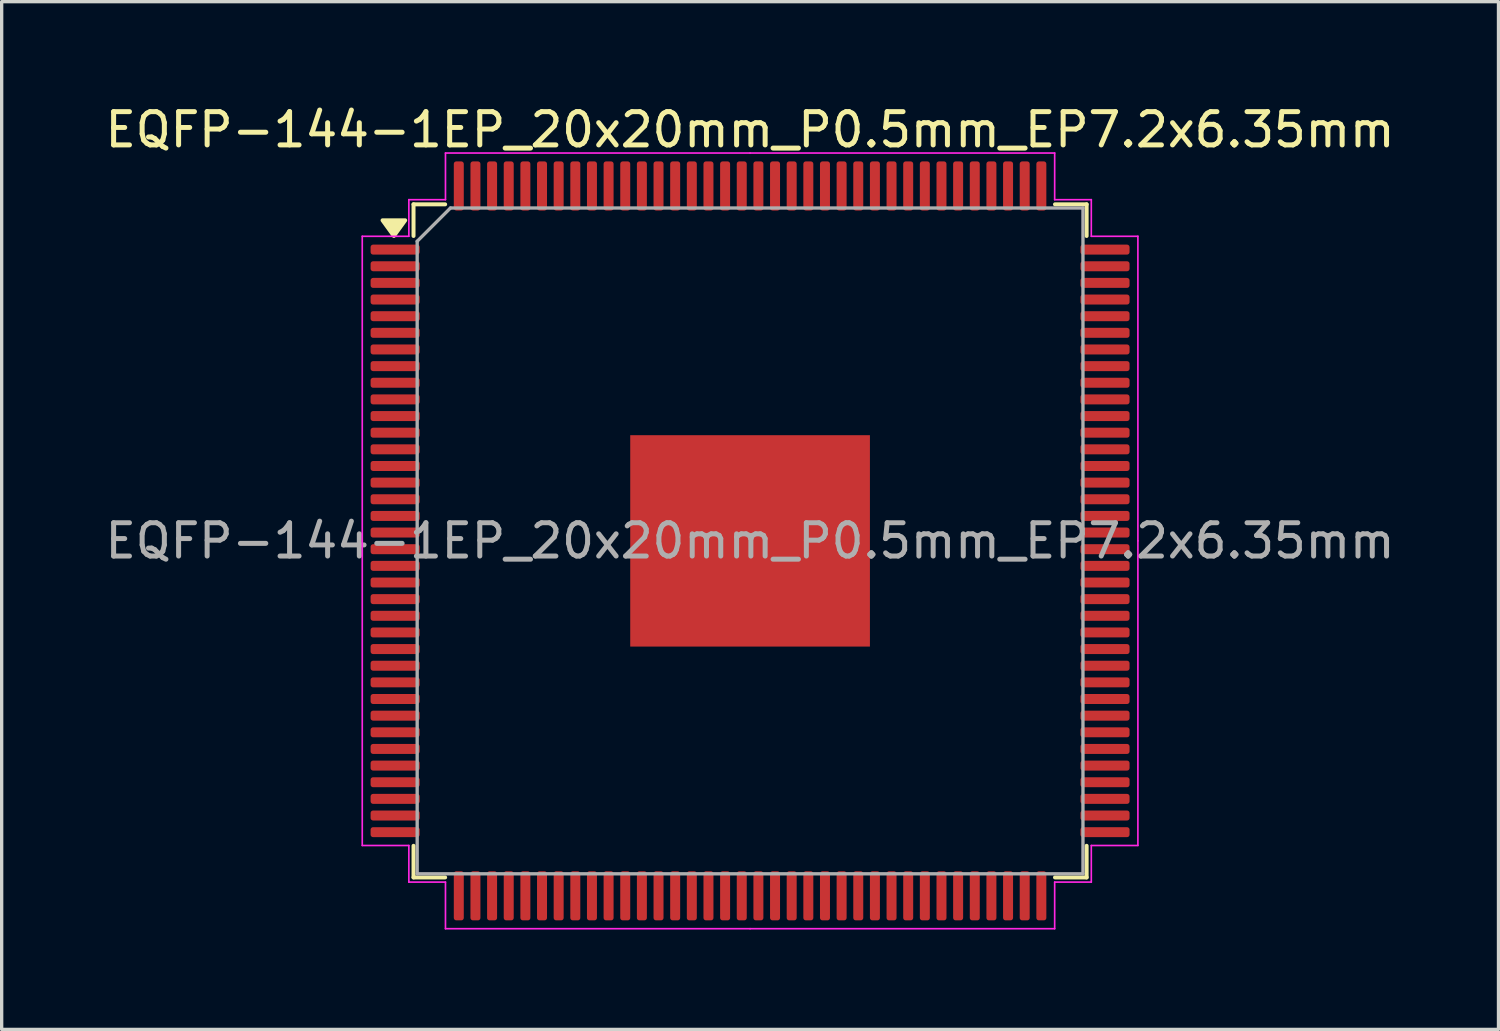
<source format=kicad_pcb>
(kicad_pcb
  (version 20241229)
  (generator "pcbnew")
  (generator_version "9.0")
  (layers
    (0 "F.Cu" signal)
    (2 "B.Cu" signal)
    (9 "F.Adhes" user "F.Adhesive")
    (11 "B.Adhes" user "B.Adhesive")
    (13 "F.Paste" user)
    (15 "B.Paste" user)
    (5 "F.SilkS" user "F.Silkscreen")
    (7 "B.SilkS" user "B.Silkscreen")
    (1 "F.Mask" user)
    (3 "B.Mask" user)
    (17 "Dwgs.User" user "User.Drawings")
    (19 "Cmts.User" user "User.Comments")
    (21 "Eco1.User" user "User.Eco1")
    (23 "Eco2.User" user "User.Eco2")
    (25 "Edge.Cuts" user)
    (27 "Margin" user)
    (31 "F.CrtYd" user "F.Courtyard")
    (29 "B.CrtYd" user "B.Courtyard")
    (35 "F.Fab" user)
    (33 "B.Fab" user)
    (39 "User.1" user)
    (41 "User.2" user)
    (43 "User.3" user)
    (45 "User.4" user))
  (footprint "EQFP-144-1EP_20x20mm_P0.5mm_EP7.2x6.35mm"
    (layer "F.Cu")
    (at 19.482 13.198)
    (property "Reference" "EQFP-144-1EP_20x20mm_P0.5mm_EP7.2x6.35mm" (at 0 -12.35 0) (layer "F.SilkS") (effects (font (size 1 1) (thickness 0.15))))
    (attr smd)
    (fp_line (start -10.11 -10.11) (end -10.11 -9.16) (stroke (width 0.12) (type solid)) (layer "F.SilkS"))
    (fp_line (start -10.11 10.11) (end -10.11 9.16) (stroke (width 0.12) (type solid)) (layer "F.SilkS"))
    (fp_line (start -9.16 -10.11) (end -10.11 -10.11) (stroke (width 0.12) (type solid)) (layer "F.SilkS"))
    (fp_line (start -9.16 10.11) (end -10.11 10.11) (stroke (width 0.12) (type solid)) (layer "F.SilkS"))
    (fp_line (start 9.16 -10.11) (end 10.11 -10.11) (stroke (width 0.12) (type solid)) (layer "F.SilkS"))
    (fp_line (start 9.16 10.11) (end 10.11 10.11) (stroke (width 0.12) (type solid)) (layer "F.SilkS"))
    (fp_line (start 10.11 -10.11) (end 10.11 -9.16) (stroke (width 0.12) (type solid)) (layer "F.SilkS"))
    (fp_line (start 10.11 10.11) (end 10.11 9.16) (stroke (width 0.12) (type solid)) (layer "F.SilkS"))
    (fp_poly (pts (xy -10.7 -9.16) (xy -11.04 -9.63) (xy -10.36 -9.63) (xy -10.7 -9.16)) (stroke (width 0.12) (type solid)) (fill yes) (layer "F.SilkS"))
    (fp_line (start -11.65 -9.15) (end -11.65 0) (stroke (width 0.05) (type solid)) (layer "F.CrtYd"))
    (fp_line (start -11.65 9.15) (end -11.65 0) (stroke (width 0.05) (type solid)) (layer "F.CrtYd"))
    (fp_line (start -10.25 -10.25) (end -10.25 -9.15) (stroke (width 0.05) (type solid)) (layer "F.CrtYd"))
    (fp_line (start -10.25 -9.15) (end -11.65 -9.15) (stroke (width 0.05) (type solid)) (layer "F.CrtYd"))
    (fp_line (start -10.25 9.15) (end -11.65 9.15) (stroke (width 0.05) (type solid)) (layer "F.CrtYd"))
    (fp_line (start -10.25 10.25) (end -10.25 9.15) (stroke (width 0.05) (type solid)) (layer "F.CrtYd"))
    (fp_line (start -9.15 -11.65) (end -9.15 -10.25) (stroke (width 0.05) (type solid)) (layer "F.CrtYd"))
    (fp_line (start -9.15 -10.25) (end -10.25 -10.25) (stroke (width 0.05) (type solid)) (layer "F.CrtYd"))
    (fp_line (start -9.15 10.25) (end -10.25 10.25) (stroke (width 0.05) (type solid)) (layer "F.CrtYd"))
    (fp_line (start -9.15 11.65) (end -9.15 10.25) (stroke (width 0.05) (type solid)) (layer "F.CrtYd"))
    (fp_line (start 0 -11.65) (end -9.15 -11.65) (stroke (width 0.05) (type solid)) (layer "F.CrtYd"))
    (fp_line (start 0 -11.65) (end 9.15 -11.65) (stroke (width 0.05) (type solid)) (layer "F.CrtYd"))
    (fp_line (start 0 11.65) (end -9.15 11.65) (stroke (width 0.05) (type solid)) (layer "F.CrtYd"))
    (fp_line (start 0 11.65) (end 9.15 11.65) (stroke (width 0.05) (type solid)) (layer "F.CrtYd"))
    (fp_line (start 9.15 -11.65) (end 9.15 -10.25) (stroke (width 0.05) (type solid)) (layer "F.CrtYd"))
    (fp_line (start 9.15 -10.25) (end 10.25 -10.25) (stroke (width 0.05) (type solid)) (layer "F.CrtYd"))
    (fp_line (start 9.15 10.25) (end 10.25 10.25) (stroke (width 0.05) (type solid)) (layer "F.CrtYd"))
    (fp_line (start 9.15 11.65) (end 9.15 10.25) (stroke (width 0.05) (type solid)) (layer "F.CrtYd"))
    (fp_line (start 10.25 -10.25) (end 10.25 -9.15) (stroke (width 0.05) (type solid)) (layer "F.CrtYd"))
    (fp_line (start 10.25 -9.15) (end 11.65 -9.15) (stroke (width 0.05) (type solid)) (layer "F.CrtYd"))
    (fp_line (start 10.25 9.15) (end 11.65 9.15) (stroke (width 0.05) (type solid)) (layer "F.CrtYd"))
    (fp_line (start 10.25 10.25) (end 10.25 9.15) (stroke (width 0.05) (type solid)) (layer "F.CrtYd"))
    (fp_line (start 11.65 -9.15) (end 11.65 0) (stroke (width 0.05) (type solid)) (layer "F.CrtYd"))
    (fp_line (start 11.65 9.15) (end 11.65 0) (stroke (width 0.05) (type solid)) (layer "F.CrtYd"))
    (fp_line (start -10 -9) (end -9 -10) (stroke (width 0.1) (type solid)) (layer "F.Fab"))
    (fp_line (start -10 10) (end -10 -9) (stroke (width 0.1) (type solid)) (layer "F.Fab"))
    (fp_line (start -9 -10) (end 10 -10) (stroke (width 0.1) (type solid)) (layer "F.Fab"))
    (fp_line (start 10 -10) (end 10 10) (stroke (width 0.1) (type solid)) (layer "F.Fab"))
    (fp_line (start 10 10) (end -10 10) (stroke (width 0.1) (type solid)) (layer "F.Fab"))
    (fp_text user "${REFERENCE}" (at 0 0 0) (layer "F.Fab") (effects (font (size 1 1) (thickness 0.15))))
    (pad "" smd roundrect (at -3 -2.54) (size 0.97 1.02) (layers "F.Paste") (roundrect_rratio 0.25))
    (pad "" smd roundrect (at -3 -1.27) (size 0.97 1.02) (layers "F.Paste") (roundrect_rratio 0.25))
    (pad "" smd roundrect (at -3 0) (size 0.97 1.02) (layers "F.Paste") (roundrect_rratio 0.25))
    (pad "" smd roundrect (at -3 1.27) (size 0.97 1.02) (layers "F.Paste") (roundrect_rratio 0.25))
    (pad "" smd roundrect (at -3 2.54) (size 0.97 1.02) (layers "F.Paste") (roundrect_rratio 0.25))
    (pad "" smd roundrect (at -1.8 -2.54) (size 0.97 1.02) (layers "F.Paste") (roundrect_rratio 0.25))
    (pad "" smd roundrect (at -1.8 -1.27) (size 0.97 1.02) (layers "F.Paste") (roundrect_rratio 0.25))
    (pad "" smd roundrect (at -1.8 0) (size 0.97 1.02) (layers "F.Paste") (roundrect_rratio 0.25))
    (pad "" smd roundrect (at -1.8 1.27) (size 0.97 1.02) (layers "F.Paste") (roundrect_rratio 0.25))
    (pad "" smd roundrect (at -1.8 2.54) (size 0.97 1.02) (layers "F.Paste") (roundrect_rratio 0.25))
    (pad "" smd roundrect (at -0.6 -2.54) (size 0.97 1.02) (layers "F.Paste") (roundrect_rratio 0.25))
    (pad "" smd roundrect (at -0.6 -1.27) (size 0.97 1.02) (layers "F.Paste") (roundrect_rratio 0.25))
    (pad "" smd roundrect (at -0.6 0) (size 0.97 1.02) (layers "F.Paste") (roundrect_rratio 0.25))
    (pad "" smd roundrect (at -0.6 1.27) (size 0.97 1.02) (layers "F.Paste") (roundrect_rratio 0.25))
    (pad "" smd roundrect (at -0.6 2.54) (size 0.97 1.02) (layers "F.Paste") (roundrect_rratio 0.25))
    (pad "" smd roundrect (at 0.6 -2.54) (size 0.97 1.02) (layers "F.Paste") (roundrect_rratio 0.25))
    (pad "" smd roundrect (at 0.6 -1.27) (size 0.97 1.02) (layers "F.Paste") (roundrect_rratio 0.25))
    (pad "" smd roundrect (at 0.6 0) (size 0.97 1.02) (layers "F.Paste") (roundrect_rratio 0.25))
    (pad "" smd roundrect (at 0.6 1.27) (size 0.97 1.02) (layers "F.Paste") (roundrect_rratio 0.25))
    (pad "" smd roundrect (at 0.6 2.54) (size 0.97 1.02) (layers "F.Paste") (roundrect_rratio 0.25))
    (pad "" smd roundrect (at 1.8 -2.54) (size 0.97 1.02) (layers "F.Paste") (roundrect_rratio 0.25))
    (pad "" smd roundrect (at 1.8 -1.27) (size 0.97 1.02) (layers "F.Paste") (roundrect_rratio 0.25))
    (pad "" smd roundrect (at 1.8 0) (size 0.97 1.02) (layers "F.Paste") (roundrect_rratio 0.25))
    (pad "" smd roundrect (at 1.8 1.27) (size 0.97 1.02) (layers "F.Paste") (roundrect_rratio 0.25))
    (pad "" smd roundrect (at 1.8 2.54) (size 0.97 1.02) (layers "F.Paste") (roundrect_rratio 0.25))
    (pad "" smd roundrect (at 3 -2.54) (size 0.97 1.02) (layers "F.Paste") (roundrect_rratio 0.25))
    (pad "" smd roundrect (at 3 -1.27) (size 0.97 1.02) (layers "F.Paste") (roundrect_rratio 0.25))
    (pad "" smd roundrect (at 3 0) (size 0.97 1.02) (layers "F.Paste") (roundrect_rratio 0.25))
    (pad "" smd roundrect (at 3 1.27) (size 0.97 1.02) (layers "F.Paste") (roundrect_rratio 0.25))
    (pad "" smd roundrect (at 3 2.54) (size 0.97 1.02) (layers "F.Paste") (roundrect_rratio 0.25))
    (pad "1" smd roundrect (at -10.662 -8.75) (size 1.475 0.3) (layers "F.Cu" "F.Mask" "F.Paste") (roundrect_rratio 0.25))
    (pad "2" smd roundrect (at -10.662 -8.25) (size 1.475 0.3) (layers "F.Cu" "F.Mask" "F.Paste") (roundrect_rratio 0.25))
    (pad "3" smd roundrect (at -10.662 -7.75) (size 1.475 0.3) (layers "F.Cu" "F.Mask" "F.Paste") (roundrect_rratio 0.25))
    (pad "4" smd roundrect (at -10.662 -7.25) (size 1.475 0.3) (layers "F.Cu" "F.Mask" "F.Paste") (roundrect_rratio 0.25))
    (pad "5" smd roundrect (at -10.662 -6.75) (size 1.475 0.3) (layers "F.Cu" "F.Mask" "F.Paste") (roundrect_rratio 0.25))
    (pad "6" smd roundrect (at -10.662 -6.25) (size 1.475 0.3) (layers "F.Cu" "F.Mask" "F.Paste") (roundrect_rratio 0.25))
    (pad "7" smd roundrect (at -10.662 -5.75) (size 1.475 0.3) (layers "F.Cu" "F.Mask" "F.Paste") (roundrect_rratio 0.25))
    (pad "8" smd roundrect (at -10.662 -5.25) (size 1.475 0.3) (layers "F.Cu" "F.Mask" "F.Paste") (roundrect_rratio 0.25))
    (pad "9" smd roundrect (at -10.662 -4.75) (size 1.475 0.3) (layers "F.Cu" "F.Mask" "F.Paste") (roundrect_rratio 0.25))
    (pad "10" smd roundrect (at -10.662 -4.25) (size 1.475 0.3) (layers "F.Cu" "F.Mask" "F.Paste") (roundrect_rratio 0.25))
    (pad "11" smd roundrect (at -10.662 -3.75) (size 1.475 0.3) (layers "F.Cu" "F.Mask" "F.Paste") (roundrect_rratio 0.25))
    (pad "12" smd roundrect (at -10.662 -3.25) (size 1.475 0.3) (layers "F.Cu" "F.Mask" "F.Paste") (roundrect_rratio 0.25))
    (pad "13" smd roundrect (at -10.662 -2.75) (size 1.475 0.3) (layers "F.Cu" "F.Mask" "F.Paste") (roundrect_rratio 0.25))
    (pad "14" smd roundrect (at -10.662 -2.25) (size 1.475 0.3) (layers "F.Cu" "F.Mask" "F.Paste") (roundrect_rratio 0.25))
    (pad "15" smd roundrect (at -10.662 -1.75) (size 1.475 0.3) (layers "F.Cu" "F.Mask" "F.Paste") (roundrect_rratio 0.25))
    (pad "16" smd roundrect (at -10.662 -1.25) (size 1.475 0.3) (layers "F.Cu" "F.Mask" "F.Paste") (roundrect_rratio 0.25))
    (pad "17" smd roundrect (at -10.662 -0.75) (size 1.475 0.3) (layers "F.Cu" "F.Mask" "F.Paste") (roundrect_rratio 0.25))
    (pad "18" smd roundrect (at -10.662 -0.25) (size 1.475 0.3) (layers "F.Cu" "F.Mask" "F.Paste") (roundrect_rratio 0.25))
    (pad "19" smd roundrect (at -10.662 0.25) (size 1.475 0.3) (layers "F.Cu" "F.Mask" "F.Paste") (roundrect_rratio 0.25))
    (pad "20" smd roundrect (at -10.662 0.75) (size 1.475 0.3) (layers "F.Cu" "F.Mask" "F.Paste") (roundrect_rratio 0.25))
    (pad "21" smd roundrect (at -10.662 1.25) (size 1.475 0.3) (layers "F.Cu" "F.Mask" "F.Paste") (roundrect_rratio 0.25))
    (pad "22" smd roundrect (at -10.662 1.75) (size 1.475 0.3) (layers "F.Cu" "F.Mask" "F.Paste") (roundrect_rratio 0.25))
    (pad "23" smd roundrect (at -10.662 2.25) (size 1.475 0.3) (layers "F.Cu" "F.Mask" "F.Paste") (roundrect_rratio 0.25))
    (pad "24" smd roundrect (at -10.662 2.75) (size 1.475 0.3) (layers "F.Cu" "F.Mask" "F.Paste") (roundrect_rratio 0.25))
    (pad "25" smd roundrect (at -10.662 3.25) (size 1.475 0.3) (layers "F.Cu" "F.Mask" "F.Paste") (roundrect_rratio 0.25))
    (pad "26" smd roundrect (at -10.662 3.75) (size 1.475 0.3) (layers "F.Cu" "F.Mask" "F.Paste") (roundrect_rratio 0.25))
    (pad "27" smd roundrect (at -10.662 4.25) (size 1.475 0.3) (layers "F.Cu" "F.Mask" "F.Paste") (roundrect_rratio 0.25))
    (pad "28" smd roundrect (at -10.662 4.75) (size 1.475 0.3) (layers "F.Cu" "F.Mask" "F.Paste") (roundrect_rratio 0.25))
    (pad "29" smd roundrect (at -10.662 5.25) (size 1.475 0.3) (layers "F.Cu" "F.Mask" "F.Paste") (roundrect_rratio 0.25))
    (pad "30" smd roundrect (at -10.662 5.75) (size 1.475 0.3) (layers "F.Cu" "F.Mask" "F.Paste") (roundrect_rratio 0.25))
    (pad "31" smd roundrect (at -10.662 6.25) (size 1.475 0.3) (layers "F.Cu" "F.Mask" "F.Paste") (roundrect_rratio 0.25))
    (pad "32" smd roundrect (at -10.662 6.75) (size 1.475 0.3) (layers "F.Cu" "F.Mask" "F.Paste") (roundrect_rratio 0.25))
    (pad "33" smd roundrect (at -10.662 7.25) (size 1.475 0.3) (layers "F.Cu" "F.Mask" "F.Paste") (roundrect_rratio 0.25))
    (pad "34" smd roundrect (at -10.662 7.75) (size 1.475 0.3) (layers "F.Cu" "F.Mask" "F.Paste") (roundrect_rratio 0.25))
    (pad "35" smd roundrect (at -10.662 8.25) (size 1.475 0.3) (layers "F.Cu" "F.Mask" "F.Paste") (roundrect_rratio 0.25))
    (pad "36" smd roundrect (at -10.662 8.75) (size 1.475 0.3) (layers "F.Cu" "F.Mask" "F.Paste") (roundrect_rratio 0.25))
    (pad "37" smd roundrect (at -8.75 10.662) (size 0.3 1.475) (layers "F.Cu" "F.Mask" "F.Paste") (roundrect_rratio 0.25))
    (pad "38" smd roundrect (at -8.25 10.662) (size 0.3 1.475) (layers "F.Cu" "F.Mask" "F.Paste") (roundrect_rratio 0.25))
    (pad "39" smd roundrect (at -7.75 10.662) (size 0.3 1.475) (layers "F.Cu" "F.Mask" "F.Paste") (roundrect_rratio 0.25))
    (pad "40" smd roundrect (at -7.25 10.662) (size 0.3 1.475) (layers "F.Cu" "F.Mask" "F.Paste") (roundrect_rratio 0.25))
    (pad "41" smd roundrect (at -6.75 10.662) (size 0.3 1.475) (layers "F.Cu" "F.Mask" "F.Paste") (roundrect_rratio 0.25))
    (pad "42" smd roundrect (at -6.25 10.662) (size 0.3 1.475) (layers "F.Cu" "F.Mask" "F.Paste") (roundrect_rratio 0.25))
    (pad "43" smd roundrect (at -5.75 10.662) (size 0.3 1.475) (layers "F.Cu" "F.Mask" "F.Paste") (roundrect_rratio 0.25))
    (pad "44" smd roundrect (at -5.25 10.662) (size 0.3 1.475) (layers "F.Cu" "F.Mask" "F.Paste") (roundrect_rratio 0.25))
    (pad "45" smd roundrect (at -4.75 10.662) (size 0.3 1.475) (layers "F.Cu" "F.Mask" "F.Paste") (roundrect_rratio 0.25))
    (pad "46" smd roundrect (at -4.25 10.662) (size 0.3 1.475) (layers "F.Cu" "F.Mask" "F.Paste") (roundrect_rratio 0.25))
    (pad "47" smd roundrect (at -3.75 10.662) (size 0.3 1.475) (layers "F.Cu" "F.Mask" "F.Paste") (roundrect_rratio 0.25))
    (pad "48" smd roundrect (at -3.25 10.662) (size 0.3 1.475) (layers "F.Cu" "F.Mask" "F.Paste") (roundrect_rratio 0.25))
    (pad "49" smd roundrect (at -2.75 10.662) (size 0.3 1.475) (layers "F.Cu" "F.Mask" "F.Paste") (roundrect_rratio 0.25))
    (pad "50" smd roundrect (at -2.25 10.662) (size 0.3 1.475) (layers "F.Cu" "F.Mask" "F.Paste") (roundrect_rratio 0.25))
    (pad "51" smd roundrect (at -1.75 10.662) (size 0.3 1.475) (layers "F.Cu" "F.Mask" "F.Paste") (roundrect_rratio 0.25))
    (pad "52" smd roundrect (at -1.25 10.662) (size 0.3 1.475) (layers "F.Cu" "F.Mask" "F.Paste") (roundrect_rratio 0.25))
    (pad "53" smd roundrect (at -0.75 10.662) (size 0.3 1.475) (layers "F.Cu" "F.Mask" "F.Paste") (roundrect_rratio 0.25))
    (pad "54" smd roundrect (at -0.25 10.662) (size 0.3 1.475) (layers "F.Cu" "F.Mask" "F.Paste") (roundrect_rratio 0.25))
    (pad "55" smd roundrect (at 0.25 10.662) (size 0.3 1.475) (layers "F.Cu" "F.Mask" "F.Paste") (roundrect_rratio 0.25))
    (pad "56" smd roundrect (at 0.75 10.662) (size 0.3 1.475) (layers "F.Cu" "F.Mask" "F.Paste") (roundrect_rratio 0.25))
    (pad "57" smd roundrect (at 1.25 10.662) (size 0.3 1.475) (layers "F.Cu" "F.Mask" "F.Paste") (roundrect_rratio 0.25))
    (pad "58" smd roundrect (at 1.75 10.662) (size 0.3 1.475) (layers "F.Cu" "F.Mask" "F.Paste") (roundrect_rratio 0.25))
    (pad "59" smd roundrect (at 2.25 10.662) (size 0.3 1.475) (layers "F.Cu" "F.Mask" "F.Paste") (roundrect_rratio 0.25))
    (pad "60" smd roundrect (at 2.75 10.662) (size 0.3 1.475) (layers "F.Cu" "F.Mask" "F.Paste") (roundrect_rratio 0.25))
    (pad "61" smd roundrect (at 3.25 10.662) (size 0.3 1.475) (layers "F.Cu" "F.Mask" "F.Paste") (roundrect_rratio 0.25))
    (pad "62" smd roundrect (at 3.75 10.662) (size 0.3 1.475) (layers "F.Cu" "F.Mask" "F.Paste") (roundrect_rratio 0.25))
    (pad "63" smd roundrect (at 4.25 10.662) (size 0.3 1.475) (layers "F.Cu" "F.Mask" "F.Paste") (roundrect_rratio 0.25))
    (pad "64" smd roundrect (at 4.75 10.662) (size 0.3 1.475) (layers "F.Cu" "F.Mask" "F.Paste") (roundrect_rratio 0.25))
    (pad "65" smd roundrect (at 5.25 10.662) (size 0.3 1.475) (layers "F.Cu" "F.Mask" "F.Paste") (roundrect_rratio 0.25))
    (pad "66" smd roundrect (at 5.75 10.662) (size 0.3 1.475) (layers "F.Cu" "F.Mask" "F.Paste") (roundrect_rratio 0.25))
    (pad "67" smd roundrect (at 6.25 10.662) (size 0.3 1.475) (layers "F.Cu" "F.Mask" "F.Paste") (roundrect_rratio 0.25))
    (pad "68" smd roundrect (at 6.75 10.662) (size 0.3 1.475) (layers "F.Cu" "F.Mask" "F.Paste") (roundrect_rratio 0.25))
    (pad "69" smd roundrect (at 7.25 10.662) (size 0.3 1.475) (layers "F.Cu" "F.Mask" "F.Paste") (roundrect_rratio 0.25))
    (pad "70" smd roundrect (at 7.75 10.662) (size 0.3 1.475) (layers "F.Cu" "F.Mask" "F.Paste") (roundrect_rratio 0.25))
    (pad "71" smd roundrect (at 8.25 10.662) (size 0.3 1.475) (layers "F.Cu" "F.Mask" "F.Paste") (roundrect_rratio 0.25))
    (pad "72" smd roundrect (at 8.75 10.662) (size 0.3 1.475) (layers "F.Cu" "F.Mask" "F.Paste") (roundrect_rratio 0.25))
    (pad "73" smd roundrect (at 10.662 8.75) (size 1.475 0.3) (layers "F.Cu" "F.Mask" "F.Paste") (roundrect_rratio 0.25))
    (pad "74" smd roundrect (at 10.662 8.25) (size 1.475 0.3) (layers "F.Cu" "F.Mask" "F.Paste") (roundrect_rratio 0.25))
    (pad "75" smd roundrect (at 10.662 7.75) (size 1.475 0.3) (layers "F.Cu" "F.Mask" "F.Paste") (roundrect_rratio 0.25))
    (pad "76" smd roundrect (at 10.662 7.25) (size 1.475 0.3) (layers "F.Cu" "F.Mask" "F.Paste") (roundrect_rratio 0.25))
    (pad "77" smd roundrect (at 10.662 6.75) (size 1.475 0.3) (layers "F.Cu" "F.Mask" "F.Paste") (roundrect_rratio 0.25))
    (pad "78" smd roundrect (at 10.662 6.25) (size 1.475 0.3) (layers "F.Cu" "F.Mask" "F.Paste") (roundrect_rratio 0.25))
    (pad "79" smd roundrect (at 10.662 5.75) (size 1.475 0.3) (layers "F.Cu" "F.Mask" "F.Paste") (roundrect_rratio 0.25))
    (pad "80" smd roundrect (at 10.662 5.25) (size 1.475 0.3) (layers "F.Cu" "F.Mask" "F.Paste") (roundrect_rratio 0.25))
    (pad "81" smd roundrect (at 10.662 4.75) (size 1.475 0.3) (layers "F.Cu" "F.Mask" "F.Paste") (roundrect_rratio 0.25))
    (pad "82" smd roundrect (at 10.662 4.25) (size 1.475 0.3) (layers "F.Cu" "F.Mask" "F.Paste") (roundrect_rratio 0.25))
    (pad "83" smd roundrect (at 10.662 3.75) (size 1.475 0.3) (layers "F.Cu" "F.Mask" "F.Paste") (roundrect_rratio 0.25))
    (pad "84" smd roundrect (at 10.662 3.25) (size 1.475 0.3) (layers "F.Cu" "F.Mask" "F.Paste") (roundrect_rratio 0.25))
    (pad "85" smd roundrect (at 10.662 2.75) (size 1.475 0.3) (layers "F.Cu" "F.Mask" "F.Paste") (roundrect_rratio 0.25))
    (pad "86" smd roundrect (at 10.662 2.25) (size 1.475 0.3) (layers "F.Cu" "F.Mask" "F.Paste") (roundrect_rratio 0.25))
    (pad "87" smd roundrect (at 10.662 1.75) (size 1.475 0.3) (layers "F.Cu" "F.Mask" "F.Paste") (roundrect_rratio 0.25))
    (pad "88" smd roundrect (at 10.662 1.25) (size 1.475 0.3) (layers "F.Cu" "F.Mask" "F.Paste") (roundrect_rratio 0.25))
    (pad "89" smd roundrect (at 10.662 0.75) (size 1.475 0.3) (layers "F.Cu" "F.Mask" "F.Paste") (roundrect_rratio 0.25))
    (pad "90" smd roundrect (at 10.662 0.25) (size 1.475 0.3) (layers "F.Cu" "F.Mask" "F.Paste") (roundrect_rratio 0.25))
    (pad "91" smd roundrect (at 10.662 -0.25) (size 1.475 0.3) (layers "F.Cu" "F.Mask" "F.Paste") (roundrect_rratio 0.25))
    (pad "92" smd roundrect (at 10.662 -0.75) (size 1.475 0.3) (layers "F.Cu" "F.Mask" "F.Paste") (roundrect_rratio 0.25))
    (pad "93" smd roundrect (at 10.662 -1.25) (size 1.475 0.3) (layers "F.Cu" "F.Mask" "F.Paste") (roundrect_rratio 0.25))
    (pad "94" smd roundrect (at 10.662 -1.75) (size 1.475 0.3) (layers "F.Cu" "F.Mask" "F.Paste") (roundrect_rratio 0.25))
    (pad "95" smd roundrect (at 10.662 -2.25) (size 1.475 0.3) (layers "F.Cu" "F.Mask" "F.Paste") (roundrect_rratio 0.25))
    (pad "96" smd roundrect (at 10.662 -2.75) (size 1.475 0.3) (layers "F.Cu" "F.Mask" "F.Paste") (roundrect_rratio 0.25))
    (pad "97" smd roundrect (at 10.662 -3.25) (size 1.475 0.3) (layers "F.Cu" "F.Mask" "F.Paste") (roundrect_rratio 0.25))
    (pad "98" smd roundrect (at 10.662 -3.75) (size 1.475 0.3) (layers "F.Cu" "F.Mask" "F.Paste") (roundrect_rratio 0.25))
    (pad "99" smd roundrect (at 10.662 -4.25) (size 1.475 0.3) (layers "F.Cu" "F.Mask" "F.Paste") (roundrect_rratio 0.25))
    (pad "100" smd roundrect (at 10.662 -4.75) (size 1.475 0.3) (layers "F.Cu" "F.Mask" "F.Paste") (roundrect_rratio 0.25))
    (pad "101" smd roundrect (at 10.662 -5.25) (size 1.475 0.3) (layers "F.Cu" "F.Mask" "F.Paste") (roundrect_rratio 0.25))
    (pad "102" smd roundrect (at 10.662 -5.75) (size 1.475 0.3) (layers "F.Cu" "F.Mask" "F.Paste") (roundrect_rratio 0.25))
    (pad "103" smd roundrect (at 10.662 -6.25) (size 1.475 0.3) (layers "F.Cu" "F.Mask" "F.Paste") (roundrect_rratio 0.25))
    (pad "104" smd roundrect (at 10.662 -6.75) (size 1.475 0.3) (layers "F.Cu" "F.Mask" "F.Paste") (roundrect_rratio 0.25))
    (pad "105" smd roundrect (at 10.662 -7.25) (size 1.475 0.3) (layers "F.Cu" "F.Mask" "F.Paste") (roundrect_rratio 0.25))
    (pad "106" smd roundrect (at 10.662 -7.75) (size 1.475 0.3) (layers "F.Cu" "F.Mask" "F.Paste") (roundrect_rratio 0.25))
    (pad "107" smd roundrect (at 10.662 -8.25) (size 1.475 0.3) (layers "F.Cu" "F.Mask" "F.Paste") (roundrect_rratio 0.25))
    (pad "108" smd roundrect (at 10.662 -8.75) (size 1.475 0.3) (layers "F.Cu" "F.Mask" "F.Paste") (roundrect_rratio 0.25))
    (pad "109" smd roundrect (at 8.75 -10.662) (size 0.3 1.475) (layers "F.Cu" "F.Mask" "F.Paste") (roundrect_rratio 0.25))
    (pad "110" smd roundrect (at 8.25 -10.662) (size 0.3 1.475) (layers "F.Cu" "F.Mask" "F.Paste") (roundrect_rratio 0.25))
    (pad "111" smd roundrect (at 7.75 -10.662) (size 0.3 1.475) (layers "F.Cu" "F.Mask" "F.Paste") (roundrect_rratio 0.25))
    (pad "112" smd roundrect (at 7.25 -10.662) (size 0.3 1.475) (layers "F.Cu" "F.Mask" "F.Paste") (roundrect_rratio 0.25))
    (pad "113" smd roundrect (at 6.75 -10.662) (size 0.3 1.475) (layers "F.Cu" "F.Mask" "F.Paste") (roundrect_rratio 0.25))
    (pad "114" smd roundrect (at 6.25 -10.662) (size 0.3 1.475) (layers "F.Cu" "F.Mask" "F.Paste") (roundrect_rratio 0.25))
    (pad "115" smd roundrect (at 5.75 -10.662) (size 0.3 1.475) (layers "F.Cu" "F.Mask" "F.Paste") (roundrect_rratio 0.25))
    (pad "116" smd roundrect (at 5.25 -10.662) (size 0.3 1.475) (layers "F.Cu" "F.Mask" "F.Paste") (roundrect_rratio 0.25))
    (pad "117" smd roundrect (at 4.75 -10.662) (size 0.3 1.475) (layers "F.Cu" "F.Mask" "F.Paste") (roundrect_rratio 0.25))
    (pad "118" smd roundrect (at 4.25 -10.662) (size 0.3 1.475) (layers "F.Cu" "F.Mask" "F.Paste") (roundrect_rratio 0.25))
    (pad "119" smd roundrect (at 3.75 -10.662) (size 0.3 1.475) (layers "F.Cu" "F.Mask" "F.Paste") (roundrect_rratio 0.25))
    (pad "120" smd roundrect (at 3.25 -10.662) (size 0.3 1.475) (layers "F.Cu" "F.Mask" "F.Paste") (roundrect_rratio 0.25))
    (pad "121" smd roundrect (at 2.75 -10.662) (size 0.3 1.475) (layers "F.Cu" "F.Mask" "F.Paste") (roundrect_rratio 0.25))
    (pad "122" smd roundrect (at 2.25 -10.662) (size 0.3 1.475) (layers "F.Cu" "F.Mask" "F.Paste") (roundrect_rratio 0.25))
    (pad "123" smd roundrect (at 1.75 -10.662) (size 0.3 1.475) (layers "F.Cu" "F.Mask" "F.Paste") (roundrect_rratio 0.25))
    (pad "124" smd roundrect (at 1.25 -10.662) (size 0.3 1.475) (layers "F.Cu" "F.Mask" "F.Paste") (roundrect_rratio 0.25))
    (pad "125" smd roundrect (at 0.75 -10.662) (size 0.3 1.475) (layers "F.Cu" "F.Mask" "F.Paste") (roundrect_rratio 0.25))
    (pad "126" smd roundrect (at 0.25 -10.662) (size 0.3 1.475) (layers "F.Cu" "F.Mask" "F.Paste") (roundrect_rratio 0.25))
    (pad "127" smd roundrect (at -0.25 -10.662) (size 0.3 1.475) (layers "F.Cu" "F.Mask" "F.Paste") (roundrect_rratio 0.25))
    (pad "128" smd roundrect (at -0.75 -10.662) (size 0.3 1.475) (layers "F.Cu" "F.Mask" "F.Paste") (roundrect_rratio 0.25))
    (pad "129" smd roundrect (at -1.25 -10.662) (size 0.3 1.475) (layers "F.Cu" "F.Mask" "F.Paste") (roundrect_rratio 0.25))
    (pad "130" smd roundrect (at -1.75 -10.662) (size 0.3 1.475) (layers "F.Cu" "F.Mask" "F.Paste") (roundrect_rratio 0.25))
    (pad "131" smd roundrect (at -2.25 -10.662) (size 0.3 1.475) (layers "F.Cu" "F.Mask" "F.Paste") (roundrect_rratio 0.25))
    (pad "132" smd roundrect (at -2.75 -10.662) (size 0.3 1.475) (layers "F.Cu" "F.Mask" "F.Paste") (roundrect_rratio 0.25))
    (pad "133" smd roundrect (at -3.25 -10.662) (size 0.3 1.475) (layers "F.Cu" "F.Mask" "F.Paste") (roundrect_rratio 0.25))
    (pad "134" smd roundrect (at -3.75 -10.662) (size 0.3 1.475) (layers "F.Cu" "F.Mask" "F.Paste") (roundrect_rratio 0.25))
    (pad "135" smd roundrect (at -4.25 -10.662) (size 0.3 1.475) (layers "F.Cu" "F.Mask" "F.Paste") (roundrect_rratio 0.25))
    (pad "136" smd roundrect (at -4.75 -10.662) (size 0.3 1.475) (layers "F.Cu" "F.Mask" "F.Paste") (roundrect_rratio 0.25))
    (pad "137" smd roundrect (at -5.25 -10.662) (size 0.3 1.475) (layers "F.Cu" "F.Mask" "F.Paste") (roundrect_rratio 0.25))
    (pad "138" smd roundrect (at -5.75 -10.662) (size 0.3 1.475) (layers "F.Cu" "F.Mask" "F.Paste") (roundrect_rratio 0.25))
    (pad "139" smd roundrect (at -6.25 -10.662) (size 0.3 1.475) (layers "F.Cu" "F.Mask" "F.Paste") (roundrect_rratio 0.25))
    (pad "140" smd roundrect (at -6.75 -10.662) (size 0.3 1.475) (layers "F.Cu" "F.Mask" "F.Paste") (roundrect_rratio 0.25))
    (pad "141" smd roundrect (at -7.25 -10.662) (size 0.3 1.475) (layers "F.Cu" "F.Mask" "F.Paste") (roundrect_rratio 0.25))
    (pad "142" smd roundrect (at -7.75 -10.662) (size 0.3 1.475) (layers "F.Cu" "F.Mask" "F.Paste") (roundrect_rratio 0.25))
    (pad "143" smd roundrect (at -8.25 -10.662) (size 0.3 1.475) (layers "F.Cu" "F.Mask" "F.Paste") (roundrect_rratio 0.25))
    (pad "144" smd roundrect (at -8.75 -10.662) (size 0.3 1.475) (layers "F.Cu" "F.Mask" "F.Paste") (roundrect_rratio 0.25))
    (pad "145" smd rect (at 0 0) (size 7.2 6.35) (property pad_prop_heatsink) (layers "F.Cu" "F.Mask")))
  (gr_rect
    (start -3 -3)
    (end 41.964 27.873)
    (stroke (width 0.1) (type default))
    (fill no)
    (layer "Edge.Cuts")))
</source>
